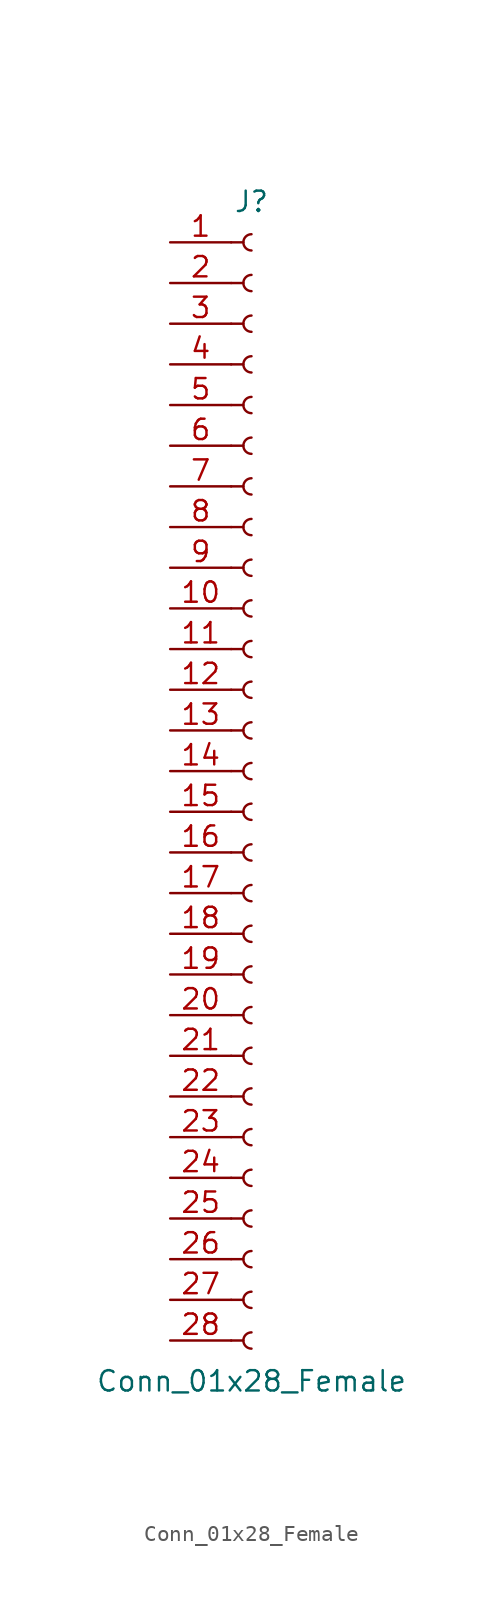
<source format=kicad_sym>
(kicad_symbol_lib
  (version 20220914)
  (generator kicad_symbol_editor)
  (symbol "Conn_01x28_Female"
    (pin_names
      (offset 1.016) hide)
    (property "Reference" "J"
      (at 0 35.56 0)
      (effects (font (size 1.27 1.27))))
    (property "Value" "Conn_01x28_Female"
      (at 0 -38.1 0)
      (effects (font (size 1.27 1.27))))
    (symbol "Conn_01x28_Female_1_1"
      (arc (start 0 -35.052) (mid -0.5058 -35.56) (end 0 -36.068) (stroke (width 0.1524) (type solid)) (fill (type none)))
      (arc (start 0 -32.512) (mid -0.5058 -33.02) (end 0 -33.528) (stroke (width 0.1524) (type solid)) (fill (type none)))
      (arc (start 0 -29.972) (mid -0.5058 -30.48) (end 0 -30.988) (stroke (width 0.1524) (type solid)) (fill (type none)))
      (arc (start 0 -27.432) (mid -0.5058 -27.94) (end 0 -28.448) (stroke (width 0.1524) (type solid)) (fill (type none)))
      (arc (start 0 -24.892) (mid -0.5058 -25.4) (end 0 -25.908) (stroke (width 0.1524) (type solid)) (fill (type none)))
      (arc (start 0 -22.352) (mid -0.5058 -22.86) (end 0 -23.368) (stroke (width 0.1524) (type solid)) (fill (type none)))
      (arc (start 0 -19.812) (mid -0.5058 -20.32) (end 0 -20.828) (stroke (width 0.1524) (type solid)) (fill (type none)))
      (arc (start 0 -17.272) (mid -0.5058 -17.78) (end 0 -18.288) (stroke (width 0.1524) (type solid)) (fill (type none)))
      (arc (start 0 -14.732) (mid -0.5058 -15.24) (end 0 -15.748) (stroke (width 0.1524) (type solid)) (fill (type none)))
      (arc (start 0 -12.192) (mid -0.5058 -12.7) (end 0 -13.208) (stroke (width 0.1524) (type solid)) (fill (type none)))
      (arc (start 0 -9.652) (mid -0.5058 -10.16) (end 0 -10.668) (stroke (width 0.1524) (type solid)) (fill (type none)))
      (arc (start 0 -7.112) (mid -0.5058 -7.62) (end 0 -8.128) (stroke (width 0.1524) (type solid)) (fill (type none)))
      (arc (start 0 -4.572) (mid -0.5058 -5.08) (end 0 -5.588) (stroke (width 0.1524) (type solid)) (fill (type none)))
      (arc (start 0 -2.032) (mid -0.5058 -2.54) (end 0 -3.048) (stroke (width 0.1524) (type solid)) (fill (type none)))
      (polyline (pts (xy -1.27 -35.56) (xy -0.508 -35.56)) (stroke (width 0.152) (type solid)) (fill (type none)))
      (polyline (pts (xy -1.27 -33.02) (xy -0.508 -33.02)) (stroke (width 0.152) (type solid)) (fill (type none)))
      (polyline (pts (xy -1.27 -30.48) (xy -0.508 -30.48)) (stroke (width 0.152) (type solid)) (fill (type none)))
      (polyline (pts (xy -1.27 -27.94) (xy -0.508 -27.94)) (stroke (width 0.152) (type solid)) (fill (type none)))
      (polyline (pts (xy -1.27 -25.4) (xy -0.508 -25.4)) (stroke (width 0.152) (type solid)) (fill (type none)))
      (polyline (pts (xy -1.27 -22.86) (xy -0.508 -22.86)) (stroke (width 0.152) (type solid)) (fill (type none)))
      (polyline (pts (xy -1.27 -20.32) (xy -0.508 -20.32)) (stroke (width 0.152) (type solid)) (fill (type none)))
      (polyline (pts (xy -1.27 -17.78) (xy -0.508 -17.78)) (stroke (width 0.152) (type solid)) (fill (type none)))
      (polyline (pts (xy -1.27 -15.24) (xy -0.508 -15.24)) (stroke (width 0.152) (type solid)) (fill (type none)))
      (polyline (pts (xy -1.27 -12.7) (xy -0.508 -12.7)) (stroke (width 0.152) (type solid)) (fill (type none)))
      (polyline (pts (xy -1.27 -10.16) (xy -0.508 -10.16)) (stroke (width 0.152) (type solid)) (fill (type none)))
      (polyline (pts (xy -1.27 -7.62) (xy -0.508 -7.62)) (stroke (width 0.152) (type solid)) (fill (type none)))
      (polyline (pts (xy -1.27 -5.08) (xy -0.508 -5.08)) (stroke (width 0.152) (type solid)) (fill (type none)))
      (polyline (pts (xy -1.27 -2.54) (xy -0.508 -2.54)) (stroke (width 0.152) (type solid)) (fill (type none)))
      (polyline (pts (xy -1.27 0) (xy -0.508 0)) (stroke (width 0.152) (type solid)) (fill (type none)))
      (polyline (pts (xy -1.27 2.54) (xy -0.508 2.54)) (stroke (width 0.152) (type solid)) (fill (type none)))
      (polyline (pts (xy -1.27 5.08) (xy -0.508 5.08)) (stroke (width 0.152) (type solid)) (fill (type none)))
      (polyline (pts (xy -1.27 7.62) (xy -0.508 7.62)) (stroke (width 0.152) (type solid)) (fill (type none)))
      (polyline (pts (xy -1.27 10.16) (xy -0.508 10.16)) (stroke (width 0.152) (type solid)) (fill (type none)))
      (polyline (pts (xy -1.27 12.7) (xy -0.508 12.7)) (stroke (width 0.152) (type solid)) (fill (type none)))
      (polyline (pts (xy -1.27 15.24) (xy -0.508 15.24)) (stroke (width 0.152) (type solid)) (fill (type none)))
      (polyline (pts (xy -1.27 17.78) (xy -0.508 17.78)) (stroke (width 0.152) (type solid)) (fill (type none)))
      (polyline (pts (xy -1.27 20.32) (xy -0.508 20.32)) (stroke (width 0.152) (type solid)) (fill (type none)))
      (polyline (pts (xy -1.27 22.86) (xy -0.508 22.86)) (stroke (width 0.152) (type solid)) (fill (type none)))
      (polyline (pts (xy -1.27 25.4) (xy -0.508 25.4)) (stroke (width 0.152) (type solid)) (fill (type none)))
      (polyline (pts (xy -1.27 27.94) (xy -0.508 27.94)) (stroke (width 0.152) (type solid)) (fill (type none)))
      (polyline (pts (xy -1.27 30.48) (xy -0.508 30.48)) (stroke (width 0.152) (type solid)) (fill (type none)))
      (polyline (pts (xy -1.27 33.02) (xy -0.508 33.02)) (stroke (width 0.152) (type solid)) (fill (type none)))
      (arc (start 0 0.508) (mid -0.5058 0) (end 0 -0.508) (stroke (width 0.1524) (type solid)) (fill (type none)))
      (arc (start 0 3.048) (mid -0.5058 2.54) (end 0 2.032) (stroke (width 0.1524) (type solid)) (fill (type none)))
      (arc (start 0 5.588) (mid -0.5058 5.08) (end 0 4.572) (stroke (width 0.1524) (type solid)) (fill (type none)))
      (arc (start 0 8.128) (mid -0.5058 7.62) (end 0 7.112) (stroke (width 0.1524) (type solid)) (fill (type none)))
      (arc (start 0 10.668) (mid -0.5058 10.16) (end 0 9.652) (stroke (width 0.1524) (type solid)) (fill (type none)))
      (arc (start 0 13.208) (mid -0.5058 12.7) (end 0 12.192) (stroke (width 0.1524) (type solid)) (fill (type none)))
      (arc (start 0 15.748) (mid -0.5058 15.24) (end 0 14.732) (stroke (width 0.1524) (type solid)) (fill (type none)))
      (arc (start 0 18.288) (mid -0.5058 17.78) (end 0 17.272) (stroke (width 0.1524) (type solid)) (fill (type none)))
      (arc (start 0 20.828) (mid -0.5058 20.32) (end 0 19.812) (stroke (width 0.1524) (type solid)) (fill (type none)))
      (arc (start 0 23.368) (mid -0.5058 22.86) (end 0 22.352) (stroke (width 0.1524) (type solid)) (fill (type none)))
      (arc (start 0 25.908) (mid -0.5058 25.4) (end 0 24.892) (stroke (width 0.1524) (type solid)) (fill (type none)))
      (arc (start 0 28.448) (mid -0.5058 27.94) (end 0 27.432) (stroke (width 0.1524) (type solid)) (fill (type none)))
      (arc (start 0 30.988) (mid -0.5058 30.48) (end 0 29.972) (stroke (width 0.1524) (type solid)) (fill (type none)))
      (arc (start 0 33.528) (mid -0.5058 33.02) (end 0 32.512) (stroke (width 0.1524) (type solid)) (fill (type none)))
      (pin passive line (at -5.08 33.02 0) (length 3.81) (name "Pin_1" (effects (font (size 1.27 1.27)))) (number "1" (effects (font (size 1.27 1.27)))))
      (pin passive line (at -5.08 10.16 0) (length 3.81) (name "Pin_10" (effects (font (size 1.27 1.27)))) (number "10" (effects (font (size 1.27 1.27)))))
      (pin passive line (at -5.08 7.62 0) (length 3.81) (name "Pin_11" (effects (font (size 1.27 1.27)))) (number "11" (effects (font (size 1.27 1.27)))))
      (pin passive line (at -5.08 5.08 0) (length 3.81) (name "Pin_12" (effects (font (size 1.27 1.27)))) (number "12" (effects (font (size 1.27 1.27)))))
      (pin passive line (at -5.08 2.54 0) (length 3.81) (name "Pin_13" (effects (font (size 1.27 1.27)))) (number "13" (effects (font (size 1.27 1.27)))))
      (pin passive line (at -5.08 0 0) (length 3.81) (name "Pin_14" (effects (font (size 1.27 1.27)))) (number "14" (effects (font (size 1.27 1.27)))))
      (pin passive line (at -5.08 -2.54 0) (length 3.81) (name "Pin_15" (effects (font (size 1.27 1.27)))) (number "15" (effects (font (size 1.27 1.27)))))
      (pin passive line (at -5.08 -5.08 0) (length 3.81) (name "Pin_16" (effects (font (size 1.27 1.27)))) (number "16" (effects (font (size 1.27 1.27)))))
      (pin passive line (at -5.08 -7.62 0) (length 3.81) (name "Pin_17" (effects (font (size 1.27 1.27)))) (number "17" (effects (font (size 1.27 1.27)))))
      (pin passive line (at -5.08 -10.16 0) (length 3.81) (name "Pin_18" (effects (font (size 1.27 1.27)))) (number "18" (effects (font (size 1.27 1.27)))))
      (pin passive line (at -5.08 -12.7 0) (length 3.81) (name "Pin_19" (effects (font (size 1.27 1.27)))) (number "19" (effects (font (size 1.27 1.27)))))
      (pin passive line (at -5.08 30.48 0) (length 3.81) (name "Pin_2" (effects (font (size 1.27 1.27)))) (number "2" (effects (font (size 1.27 1.27)))))
      (pin passive line (at -5.08 -15.24 0) (length 3.81) (name "Pin_20" (effects (font (size 1.27 1.27)))) (number "20" (effects (font (size 1.27 1.27)))))
      (pin passive line (at -5.08 -17.78 0) (length 3.81) (name "Pin_21" (effects (font (size 1.27 1.27)))) (number "21" (effects (font (size 1.27 1.27)))))
      (pin passive line (at -5.08 -20.32 0) (length 3.81) (name "Pin_22" (effects (font (size 1.27 1.27)))) (number "22" (effects (font (size 1.27 1.27)))))
      (pin passive line (at -5.08 -22.86 0) (length 3.81) (name "Pin_23" (effects (font (size 1.27 1.27)))) (number "23" (effects (font (size 1.27 1.27)))))
      (pin passive line (at -5.08 -25.4 0) (length 3.81) (name "Pin_24" (effects (font (size 1.27 1.27)))) (number "24" (effects (font (size 1.27 1.27)))))
      (pin passive line (at -5.08 -27.94 0) (length 3.81) (name "Pin_25" (effects (font (size 1.27 1.27)))) (number "25" (effects (font (size 1.27 1.27)))))
      (pin passive line (at -5.08 -30.48 0) (length 3.81) (name "Pin_26" (effects (font (size 1.27 1.27)))) (number "26" (effects (font (size 1.27 1.27)))))
      (pin passive line (at -5.08 -33.02 0) (length 3.81) (name "Pin_27" (effects (font (size 1.27 1.27)))) (number "27" (effects (font (size 1.27 1.27)))))
      (pin passive line (at -5.08 -35.56 0) (length 3.81) (name "Pin_28" (effects (font (size 1.27 1.27)))) (number "28" (effects (font (size 1.27 1.27)))))
      (pin passive line (at -5.08 27.94 0) (length 3.81) (name "Pin_3" (effects (font (size 1.27 1.27)))) (number "3" (effects (font (size 1.27 1.27)))))
      (pin passive line (at -5.08 25.4 0) (length 3.81) (name "Pin_4" (effects (font (size 1.27 1.27)))) (number "4" (effects (font (size 1.27 1.27)))))
      (pin passive line (at -5.08 22.86 0) (length 3.81) (name "Pin_5" (effects (font (size 1.27 1.27)))) (number "5" (effects (font (size 1.27 1.27)))))
      (pin passive line (at -5.08 20.32 0) (length 3.81) (name "Pin_6" (effects (font (size 1.27 1.27)))) (number "6" (effects (font (size 1.27 1.27)))))
      (pin passive line (at -5.08 17.78 0) (length 3.81) (name "Pin_7" (effects (font (size 1.27 1.27)))) (number "7" (effects (font (size 1.27 1.27)))))
      (pin passive line (at -5.08 15.24 0) (length 3.81) (name "Pin_8" (effects (font (size 1.27 1.27)))) (number "8" (effects (font (size 1.27 1.27)))))
      (pin passive line (at -5.08 12.7 0) (length 3.81) (name "Pin_9" (effects (font (size 1.27 1.27)))) (number "9" (effects (font (size 1.27 1.27))))))))
</source>
